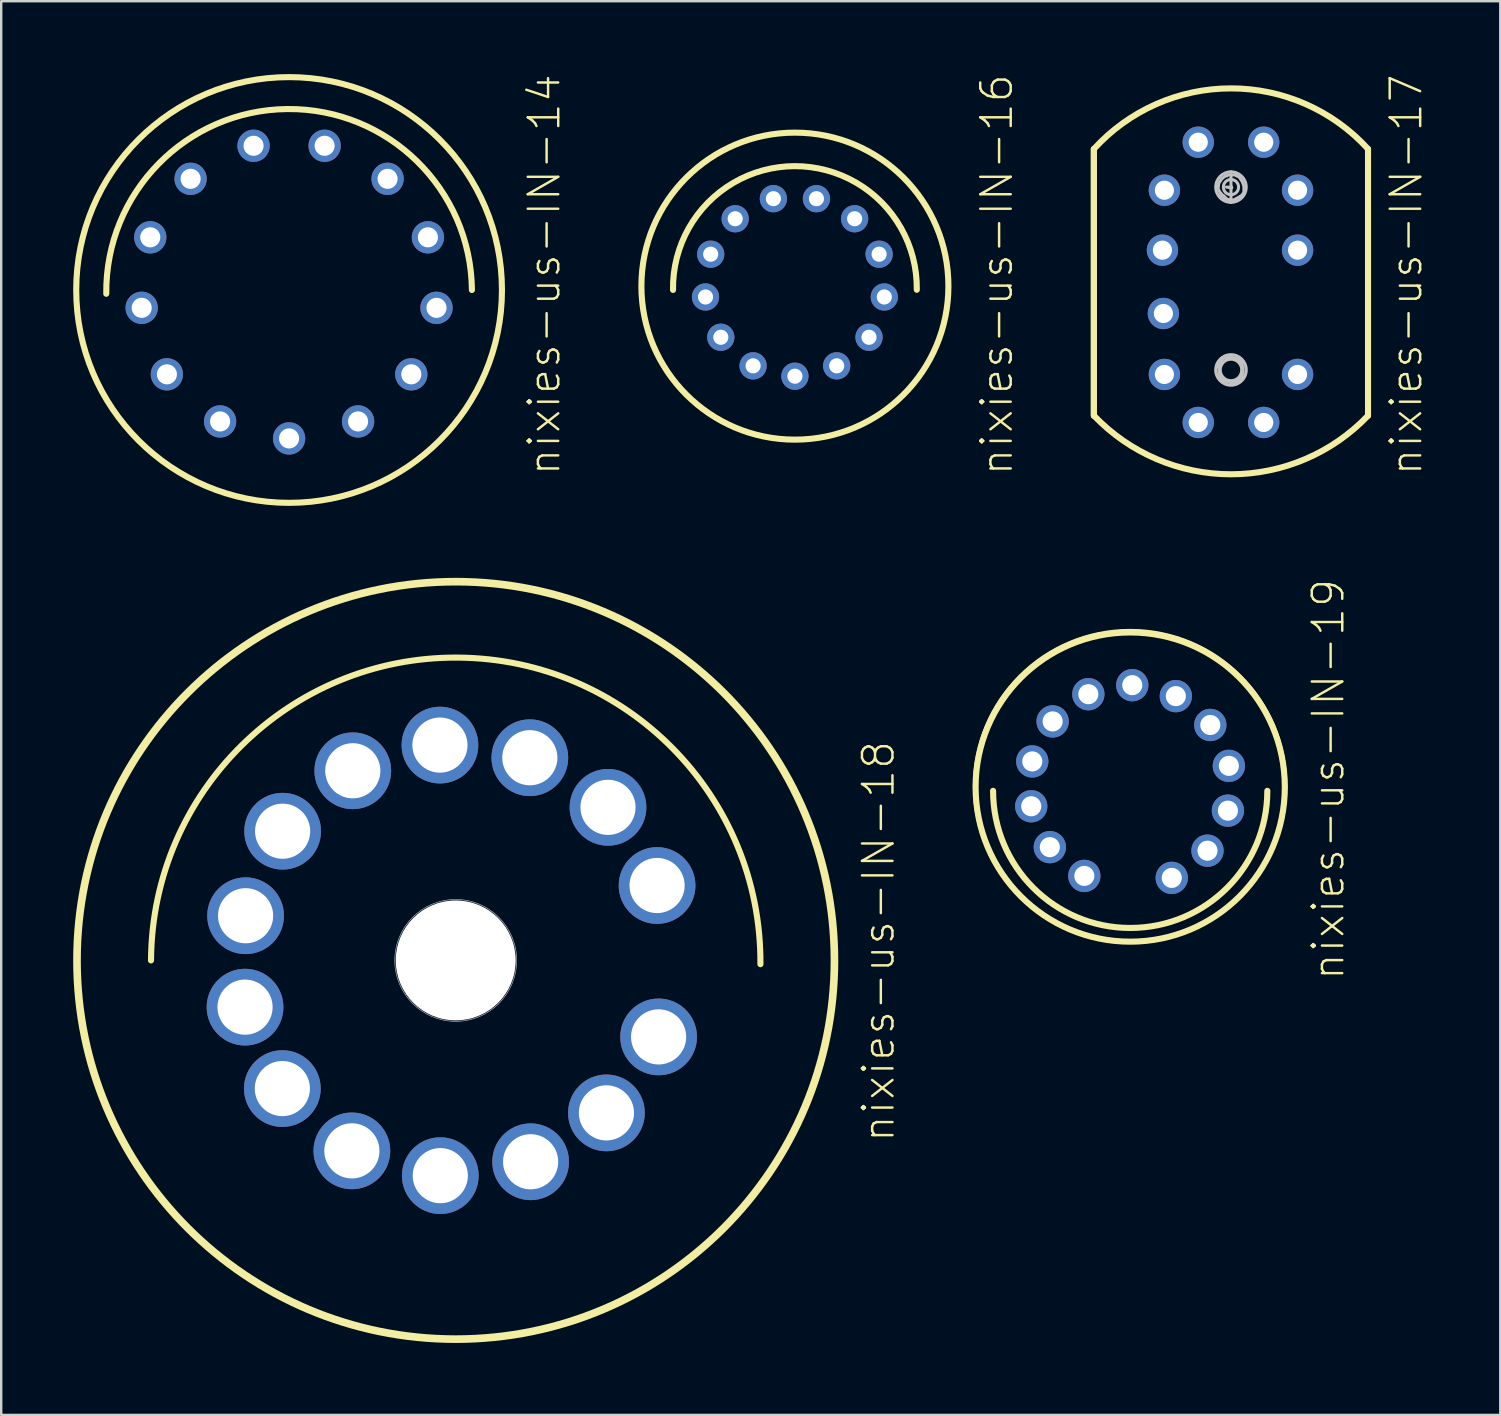
<source format=kicad_pcb>
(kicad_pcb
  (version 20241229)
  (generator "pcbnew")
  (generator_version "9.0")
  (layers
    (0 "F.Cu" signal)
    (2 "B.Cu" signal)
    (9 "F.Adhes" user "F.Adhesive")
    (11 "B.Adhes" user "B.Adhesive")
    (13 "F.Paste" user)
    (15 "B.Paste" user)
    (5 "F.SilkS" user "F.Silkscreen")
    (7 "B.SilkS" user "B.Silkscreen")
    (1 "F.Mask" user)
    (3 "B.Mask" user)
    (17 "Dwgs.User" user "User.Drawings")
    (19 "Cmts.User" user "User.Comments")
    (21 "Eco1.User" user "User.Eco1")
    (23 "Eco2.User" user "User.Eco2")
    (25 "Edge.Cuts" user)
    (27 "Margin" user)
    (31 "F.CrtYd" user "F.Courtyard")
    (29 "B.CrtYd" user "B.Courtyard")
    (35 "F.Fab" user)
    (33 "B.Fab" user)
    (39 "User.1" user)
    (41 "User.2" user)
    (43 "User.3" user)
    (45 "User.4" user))
  (footprint "nixies-us-IN-14"
    (layer "F.Cu")
    (at 8.999 9.036)
    (property "Reference" "nixies-us-IN-14" (at 10.635 -0.635 90) (layer "F.SilkS") (effects (font (size 1.27 1.27) (thickness 0.102))))
    (attr exclude_from_pos_files exclude_from_bom)
    (fp_arc (start -7.62 0.15748) (mid -0.07874 -7.54126) (end 7.62 0) (stroke (width 0.254) (type solid)) (layer "F.SilkS"))
    (fp_circle (center 0 0) (end 0 -8.872) (stroke (width 0.254) (type solid)) (fill no) (layer "F.SilkS"))
    (pad "0" thru_hole circle (at 5.093 3.515) (size 1.346 1.346) (drill 0.838) (layers "*.Cu" "*.Mask"))
    (pad "1" thru_hole circle (at -5.093 3.515) (size 1.346 1.346) (drill 0.838) (layers "*.Cu" "*.Mask"))
    (pad "2" thru_hole circle (at -6.144 0.744) (size 1.346 1.346) (drill 0.838) (layers "*.Cu" "*.Mask"))
    (pad "3" thru_hole circle (at -5.786 -2.195) (size 1.346 1.346) (drill 0.838) (layers "*.Cu" "*.Mask"))
    (pad "4" thru_hole circle (at -4.105 -4.633) (size 1.346 1.346) (drill 0.838) (layers "*.Cu" "*.Mask"))
    (pad "5" thru_hole circle (at -1.481 -6.01) (size 1.346 1.346) (drill 0.838) (layers "*.Cu" "*.Mask"))
    (pad "6" thru_hole circle (at 1.481 -6.01) (size 1.346 1.346) (drill 0.838) (layers "*.Cu" "*.Mask"))
    (pad "7" thru_hole circle (at 4.105 -4.633) (size 1.346 1.346) (drill 0.838) (layers "*.Cu" "*.Mask"))
    (pad "8" thru_hole circle (at 5.786 -2.195) (size 1.346 1.346) (drill 0.838) (layers "*.Cu" "*.Mask"))
    (pad "9" thru_hole circle (at 6.144 0.744) (size 1.346 1.346) (drill 0.838) (layers "*.Cu" "*.Mask"))
    (pad "A" thru_hole circle (at 0 6.187) (size 1.346 1.346) (drill 0.838) (layers "*.Cu" "*.Mask"))
    (pad "LHDP" thru_hole circle (at 2.875 5.479) (size 1.346 1.346) (drill 0.838) (layers "*.Cu" "*.Mask"))
    (pad "RHDP" thru_hole circle (at -2.875 5.479) (size 1.346 1.346) (drill 0.838) (layers "*.Cu" "*.Mask")))
  (footprint "nixies-us-IN-17"
    (layer "F.Cu")
    (at 48.256 8.876)
    (property "Reference" "nixies-us-IN-17" (at 7.303 -0.475 90) (layer "F.SilkS") (effects (font (size 1.27 1.27) (thickness 0.102))))
    (attr exclude_from_pos_files exclude_from_bom)
    (fp_line (start -5.715 -5.715) (end -5.715 5.397) (stroke (width 0.254) (type solid)) (layer "F.SilkS"))
    (fp_line (start -5.715 5.397) (end -5.715 -5.715) (stroke (width 0.254) (type solid)) (layer "F.SilkS"))
    (fp_line (start 5.712 5.397) (end 5.712 -5.715) (stroke (width 0.254) (type solid)) (layer "F.SilkS"))
    (fp_arc (start -5.715 -5.715) (mid -0.002522 -8.24269) (end 5.711605 -5.718731) (stroke (width 0.254) (type solid)) (layer "F.SilkS"))
    (fp_arc (start 5.71246 5.3975) (mid 0.004024 7.841685) (end -5.7069 5.403318) (stroke (width 0.254) (type solid)) (layer "F.SilkS"))
    (fp_line (start 0 -4.763) (end 0 -3.493) (stroke (width 0.127) (type solid)) (layer "Dwgs.User"))
    (fp_circle (center 0 -4.128) (end 0 -4.763) (stroke (width 0.127) (type solid)) (fill no) (layer "Dwgs.User"))
    (fp_circle (center 0 -4.128) (end 0 -4.445) (stroke (width 0.127) (type solid)) (fill no) (layer "Dwgs.User"))
    (fp_circle (center 0 3.493) (end 0 2.857) (stroke (width 0.127) (type solid)) (fill no) (layer "Dwgs.User"))
    (fp_circle (center 0 3.493) (end 0 3.045) (stroke (width 0.127) (type solid)) (fill no) (layer "Dwgs.User"))
    (fp_poly (pts (xy -0.191 -4.128) (xy 0.03 -4.128) (xy 0.03 -4.094) (xy -0.191 -4.128)) (stroke (width 0.127) (type solid)) (fill no) (layer "Dwgs.User"))
    (fp_poly (pts (xy -0.411 3.84) (xy -0.508 3.683) (xy -0.508 3.429) (xy -0.445 3.205) (xy -0.538 3.365) (xy -0.318 3.015) (xy 0 2.951) (xy 0.315 3.048) (xy 0.442 3.205) (xy 0.505 3.396) (xy 0.505 3.586) (xy 0.442 3.81) (xy 0.348 3.904) (xy 0.188 4) (xy 0.03 4.031) (xy -0.127 4) (xy -0.318 3.937) (xy -0.381 3.873) (xy -0.318 3.429) (xy -0.254 3.269) (xy -0.191 3.175) (xy 0 3.142) (xy 0.157 3.175) (xy 0.315 3.269) (xy 0.378 3.429) (xy 0.348 3.65) (xy 0.188 3.81) (xy 0.03 3.873) (xy -0.094 3.84) (xy -0.221 3.713) (xy -0.254 3.747) (xy -0.254 3.586) (xy -0.191 3.429) (xy -0.127 3.269) (xy -0.064 3.239) (xy 0.124 3.239) (xy 0.221 3.302) (xy 0.284 3.429) (xy 0.284 3.586) (xy 0.157 3.713) (xy 0.03 3.81) (xy -0.127 3.747) (xy -0.191 3.683) (xy -0.221 3.65) (xy -0.127 3.429) (xy -0.03 3.332) (xy 0.124 3.332) (xy 0.221 3.429) (xy 0.188 3.586) (xy 0.061 3.683) (xy -0.127 3.713) (xy -0.127 3.523) (xy 0.094 3.429) (xy 0.094 3.586) (xy 0.03 3.586) (xy 0 3.429) (xy -0.094 3.65) (xy -0.064 3.617) (xy -0.411 3.84)) (stroke (width 0.127) (type solid)) (fill no) (layer "Dwgs.User"))
    (fp_poly (pts (xy -0.318 -4.445) (xy -0.127 -4.636) (xy 0.157 -4.636) (xy 0.348 -4.539) (xy 0.475 -4.348) (xy 0.538 -4.158) (xy 0.538 -3.904) (xy 0.442 -3.777) (xy 0.284 -3.683) (xy 0.094 -3.586) (xy -0.157 -3.617) (xy -0.318 -3.777) (xy -0.254 -3.65) (xy -0.445 -3.904) (xy -0.381 -3.747) (xy -0.538 -4.064) (xy -0.508 -4.285) (xy -0.381 -4.475) (xy -0.221 -4.602) (xy 0.061 -4.539) (xy 0.188 -4.508) (xy 0.378 -4.255) (xy 0.442 -4.094) (xy 0.378 -3.84) (xy 0.094 -3.683) (xy -0.191 -3.747) (xy -0.381 -3.873) (xy -0.508 -4.094) (xy -0.284 -4.445) (xy -0.094 -4.475) (xy 0.188 -4.445) (xy 0.315 -4.475) (xy 0.378 -4.318) (xy 0.411 -3.937) (xy 0.315 -3.873) (xy 0.124 -3.777) (xy -0.254 -3.937) (xy -0.381 -4.031) (xy -0.348 -4.191) (xy -0.127 -4.318) (xy 0.03 -4.285) (xy 0.221 -4.064) (xy 0.124 -3.937) (xy -0.127 -3.967) (xy -0.221 -4.221) (xy 0 -4.285) (xy 0.124 -4.285) (xy 0.188 -4.128) (xy 0.061 -4) (xy -0.064 -4.031) (xy -0.221 -4.064) (xy -0.157 -4.128) (xy -0.094 -4.158) (xy 0 -4.221) (xy 0.061 -4.318) (xy 0.124 -4.255) (xy 0.221 -4.128) (xy 0.061 -4.064) (xy -0.157 -4) (xy 0.061 -4.128) (xy 0.188 -4.255) (xy -0.064 -4.128) (xy -0.191 -4.128) (xy -0.318 -4.445)) (stroke (width 0.127) (type solid)) (fill no) (layer "Dwgs.User"))
    (pad "0" thru_hole circle (at 2.776 -3.998) (size 1.306 1.306) (drill 0.798) (layers "*.Cu" "*.Mask"))
    (pad "1" thru_hole circle (at 1.364 -5.999) (size 1.306 1.306) (drill 0.798) (layers "*.Cu" "*.Mask"))
    (pad "2" thru_hole circle (at -1.364 -5.999) (size 1.306 1.306) (drill 0.798) (layers "*.Cu" "*.Mask"))
    (pad "3" thru_hole circle (at -2.776 -3.998) (size 1.306 1.306) (drill 0.798) (layers "*.Cu" "*.Mask"))
    (pad "4" thru_hole circle (at -2.857 -1.499) (size 1.306 1.306) (drill 0.798) (layers "*.Cu" "*.Mask"))
    (pad "5" thru_hole circle (at -2.817 1.14) (size 1.306 1.306) (drill 0.798) (layers "*.Cu" "*.Mask"))
    (pad "6" thru_hole circle (at -2.776 3.68) (size 1.306 1.306) (drill 0.798) (layers "*.Cu" "*.Mask"))
    (pad "7" thru_hole circle (at -1.364 5.682) (size 1.306 1.306) (drill 0.798) (layers "*.Cu" "*.Mask"))
    (pad "8" thru_hole circle (at 1.364 5.682) (size 1.306 1.306) (drill 0.798) (layers "*.Cu" "*.Mask"))
    (pad "9" thru_hole circle (at 2.776 3.68) (size 1.306 1.306) (drill 0.798) (layers "*.Cu" "*.Mask"))
    (pad "A" thru_hole circle (at 2.776 -1.499) (size 1.306 1.306) (drill 0.798) (layers "*.Cu" "*.Mask")))
  (footprint "nixies-us-IN-19"
    (layer "F.Cu")
    (at 44.056 29.754)
    (property "Reference" "nixies-us-IN-19" (at 8.255 -0.318 90) (layer "F.SilkS") (effects (font (size 1.27 1.27) (thickness 0.102))))
    (attr exclude_from_pos_files exclude_from_bom)
    (fp_arc (start 5.715 0.15748) (mid 0 5.87248) (end -5.715 0.15748) (stroke (width 0.15748) (type solid)) (layer "F.SilkS"))
    (fp_arc (start 5.715 0.15748) (mid 0 5.87248) (end -5.715 0.15748) (stroke (width 0.254) (type solid)) (layer "F.SilkS"))
    (fp_circle (center -0.005 -0.041) (end -0.005 -6.515) (stroke (width 0.157) (type solid)) (fill no) (layer "F.SilkS"))
    (fp_circle (center 0 0) (end 0 -6.444) (stroke (width 0.254) (type solid)) (fill no) (layer "F.SilkS"))
    (pad "2" thru_hole circle (at 1.732 3.785) (size 1.346 1.346) (drill 0.838) (layers "*.Cu" "*.Mask"))
    (pad "3" thru_hole circle (at 3.221 2.652) (size 1.346 1.346) (drill 0.838) (layers "*.Cu" "*.Mask"))
    (pad "4" thru_hole circle (at 4.072 0.983) (size 1.346 1.346) (drill 0.838) (layers "*.Cu" "*.Mask"))
    (pad "5" thru_hole circle (at 4.112 -0.884) (size 1.346 1.346) (drill 0.838) (layers "*.Cu" "*.Mask"))
    (pad "6" thru_hole circle (at 3.338 -2.588) (size 1.346 1.346) (drill 0.838) (layers "*.Cu" "*.Mask"))
    (pad "7" thru_hole circle (at 1.902 -3.79) (size 1.346 1.346) (drill 0.838) (layers "*.Cu" "*.Mask"))
    (pad "8" thru_hole circle (at 0.086 -4.247) (size 1.346 1.346) (drill 0.838) (layers "*.Cu" "*.Mask"))
    (pad "9" thru_hole circle (at -1.745 -3.871) (size 1.346 1.346) (drill 0.838) (layers "*.Cu" "*.Mask"))
    (pad "10" thru_hole circle (at -3.233 -2.736) (size 1.346 1.346) (drill 0.838) (layers "*.Cu" "*.Mask"))
    (pad "11" thru_hole circle (at -4.082 -1.069) (size 1.346 1.346) (drill 0.838) (layers "*.Cu" "*.Mask"))
    (pad "12" thru_hole circle (at -4.125 0.8) (size 1.346 1.346) (drill 0.838) (layers "*.Cu" "*.Mask"))
    (pad "13" thru_hole circle (at -3.35 2.504) (size 1.346 1.346) (drill 0.838) (layers "*.Cu" "*.Mask"))
    (pad "14" thru_hole circle (at -1.913 3.703) (size 1.346 1.346) (drill 0.838) (layers "*.Cu" "*.Mask")))
  (footprint "nixies-us-IN-18"
    (layer "F.Cu")
    (at 15.944 36.979)
    (property "Reference" "nixies-us-IN-18" (at 17.62 -0.792 90) (layer "F.SilkS") (effects (font (size 1.27 1.27) (thickness 0.102))))
    (attr exclude_from_pos_files exclude_from_bom)
    (fp_circle (center 0 0) (end 0 -2.54) (stroke (width 0.025) (type solid)) (fill no) (layer "F.Mask"))
    (fp_circle (center 0 0) (end 0 -1.27) (stroke (width 2.54) (type solid)) (fill no) (layer "F.Mask"))
    (fp_circle (center 0 0) (end 0 -1.27) (stroke (width 2.54) (type solid)) (fill no) (layer "B.Mask"))
    (fp_arc (start -12.7 0) (mid 0.07874 -12.62126) (end 12.7 0.15748) (stroke (width 0.254) (type solid)) (layer "F.SilkS"))
    (fp_circle (center 0 0) (end 0 -15.817) (stroke (width 0.254) (type solid)) (fill no) (layer "F.SilkS"))
    (fp_circle (center 0 0) (end 0 -15.753) (stroke (width 0.254) (type solid)) (fill no) (layer "F.SilkS"))
    (fp_circle (center 0 0) (end 0 -2.54) (stroke (width 0.025) (type solid)) (fill no) (layer "Dwgs.User"))
    (pad "" np_thru_hole circle (at 0 0) (size 4.999 4.999) (drill 4.999) (layers "*.Cu" "*.Mask"))
    (pad "0" thru_hole circle (at 6.281 6.355) (size 3.198 3.198) (drill 2.299) (layers "*.Cu" "*.Mask"))
    (pad "1" thru_hole circle (at -0.643 8.971) (size 3.198 3.198) (drill 2.299) (layers "*.Cu" "*.Mask"))
    (pad "2" thru_hole circle (at -4.328 7.938) (size 3.198 3.198) (drill 2.299) (layers "*.Cu" "*.Mask"))
    (pad "3" thru_hole circle (at -8.758 -1.862) (size 3.198 3.198) (drill 2.299) (layers "*.Cu" "*.Mask"))
    (pad "4" thru_hole circle (at 6.347 -6.38) (size 3.198 3.198) (drill 2.299) (layers "*.Cu" "*.Mask"))
    (pad "5" thru_hole circle (at 3.089 -8.448) (size 3.198 3.198) (drill 2.299) (layers "*.Cu" "*.Mask"))
    (pad "6" thru_hole circle (at -4.29 -7.904) (size 3.198 3.198) (drill 2.299) (layers "*.Cu" "*.Mask"))
    (pad "7" thru_hole circle (at -7.214 -5.385) (size 3.198 3.198) (drill 2.299) (layers "*.Cu" "*.Mask"))
    (pad "8" thru_hole circle (at -7.226 5.342) (size 3.198 3.198) (drill 2.299) (layers "*.Cu" "*.Mask"))
    (pad "9" thru_hole circle (at 8.456 3.188) (size 3.198 3.198) (drill 2.299) (layers "*.Cu" "*.Mask"))
    (pad "A" thru_hole circle (at -0.658 -8.974) (size 3.198 3.198) (drill 2.299) (layers "*.Cu" "*.Mask"))
    (pad "A2" thru_hole circle (at 3.122 8.392) (size 3.198 3.198) (drill 2.299) (layers "*.Cu" "*.Mask"))
    (pad "N/C" thru_hole circle (at 8.392 -3.122) (size 3.198 3.198) (drill 2.299) (layers "*.Cu" "*.Mask"))
    (pad "N/C2" thru_hole circle (at -8.781 1.948) (size 3.198 3.198) (drill 2.299) (layers "*.Cu" "*.Mask")))
  (footprint "nixies-us-IN-16"
    (layer "F.Cu")
    (at 30.081 8.876)
    (property "Reference" "nixies-us-IN-16" (at 8.412 -0.475 90) (layer "F.SilkS") (effects (font (size 1.27 1.27) (thickness 0.102))))
    (attr exclude_from_pos_files exclude_from_bom)
    (fp_arc (start -5.08 0.15748) (mid -0.003371 -5.001869) (end 5.0801 0.150739) (stroke (width 0.254) (type solid)) (layer "F.SilkS"))
    (fp_circle (center 0 0) (end 0 -6.398) (stroke (width 0.254) (type solid)) (fill no) (layer "F.SilkS"))
    (pad "0" thru_hole circle (at -1.742 3.322) (size 1.138 1.138) (drill 0.63) (layers "*.Cu" "*.Mask"))
    (pad "1" thru_hole circle (at 1.742 3.322) (size 1.138 1.138) (drill 0.63) (layers "*.Cu" "*.Mask"))
    (pad "2" thru_hole circle (at -2.489 -2.809) (size 1.138 1.138) (drill 0.63) (layers "*.Cu" "*.Mask"))
    (pad "3" thru_hole circle (at 3.726 0.452) (size 1.138 1.138) (drill 0.63) (layers "*.Cu" "*.Mask"))
    (pad "4" thru_hole circle (at 2.489 -2.809) (size 1.138 1.138) (drill 0.63) (layers "*.Cu" "*.Mask"))
    (pad "5" thru_hole circle (at 0.897 -3.645) (size 1.138 1.138) (drill 0.63) (layers "*.Cu" "*.Mask"))
    (pad "6" thru_hole circle (at -0.897 -3.645) (size 1.138 1.138) (drill 0.63) (layers "*.Cu" "*.Mask"))
    (pad "7" thru_hole circle (at 3.089 2.131) (size 1.138 1.138) (drill 0.63) (layers "*.Cu" "*.Mask"))
    (pad "8" thru_hole circle (at -3.726 0.452) (size 1.138 1.138) (drill 0.63) (layers "*.Cu" "*.Mask"))
    (pad "9" thru_hole circle (at -3.089 2.131) (size 1.138 1.138) (drill 0.63) (layers "*.Cu" "*.Mask"))
    (pad "A" thru_hole circle (at 0 3.754) (size 1.138 1.138) (drill 0.63) (layers "*.Cu" "*.Mask"))
    (pad "LHDP" thru_hole circle (at -3.51 -1.331) (size 1.138 1.138) (drill 0.63) (layers "*.Cu" "*.Mask"))
    (pad "RHDP" thru_hole circle (at 3.51 -1.331) (size 1.138 1.138) (drill 0.63) (layers "*.Cu" "*.Mask")))
  (gr_rect
    (start -3 -3)
    (end 59.48 55.923)
    (stroke (width 0.1) (type default))
    (fill no)
    (layer "Edge.Cuts")))
</source>
